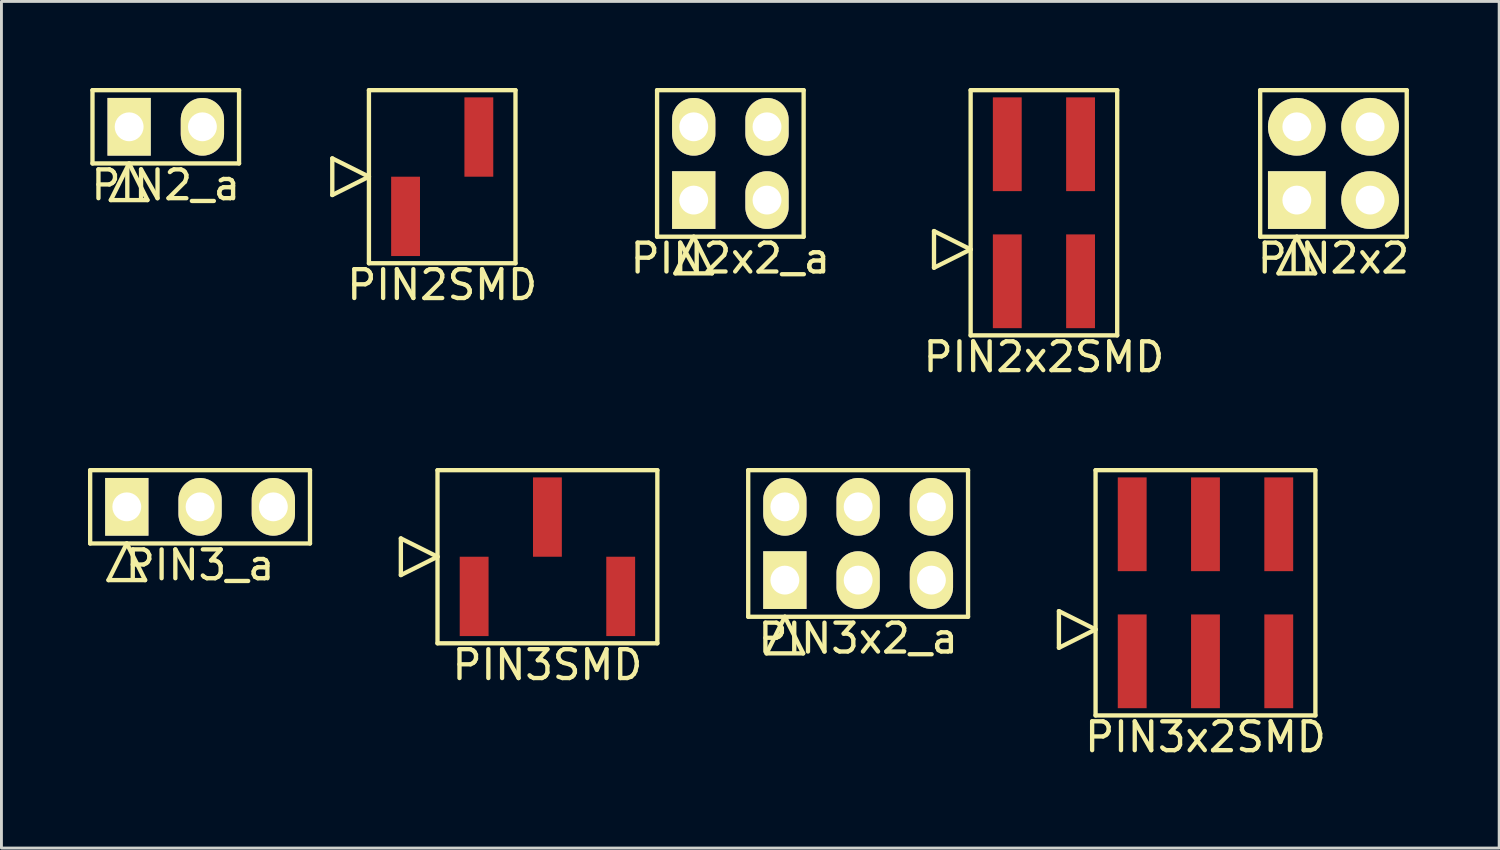
<source format=kicad_pcb>
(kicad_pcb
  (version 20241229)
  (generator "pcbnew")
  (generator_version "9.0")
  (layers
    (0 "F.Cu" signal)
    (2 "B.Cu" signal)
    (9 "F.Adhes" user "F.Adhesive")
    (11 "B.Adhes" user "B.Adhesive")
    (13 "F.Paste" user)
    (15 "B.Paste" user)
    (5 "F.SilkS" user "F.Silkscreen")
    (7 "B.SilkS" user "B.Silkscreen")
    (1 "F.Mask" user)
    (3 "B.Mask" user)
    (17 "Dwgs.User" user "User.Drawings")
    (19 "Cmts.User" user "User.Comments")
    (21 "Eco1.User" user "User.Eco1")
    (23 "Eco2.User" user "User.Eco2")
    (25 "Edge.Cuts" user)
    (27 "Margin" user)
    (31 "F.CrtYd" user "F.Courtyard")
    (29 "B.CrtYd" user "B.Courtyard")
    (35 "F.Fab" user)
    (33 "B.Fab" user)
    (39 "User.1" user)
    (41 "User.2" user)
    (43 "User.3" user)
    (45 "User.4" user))
  (footprint "PIN2_a"
    (layer "F.Cu")
    (at 2.696 1.345)
    (property "Reference" "PIN2_a" (at 0 2.02 0) (layer "F.SilkS") (effects (font (size 1 1) (thickness 0.15))))
    (attr through_hole)
    (fp_line (start -2.54 -1.27) (end -2.54 1.27) (stroke (width 0.15) (type solid)) (layer "F.SilkS"))
    (fp_line (start -2.54 1.27) (end 2.54 1.27) (stroke (width 0.15) (type solid)) (layer "F.SilkS"))
    (fp_line (start -1.905 2.54) (end -1.27 1.27) (stroke (width 0.15) (type solid)) (layer "F.SilkS"))
    (fp_line (start -1.905 2.54) (end -0.635 2.54) (stroke (width 0.15) (type solid)) (layer "F.SilkS"))
    (fp_line (start -0.635 2.54) (end -1.27 1.27) (stroke (width 0.15) (type solid)) (layer "F.SilkS"))
    (fp_line (start 2.54 -1.27) (end -2.54 -1.27) (stroke (width 0.15) (type solid)) (layer "F.SilkS"))
    (fp_line (start 2.54 1.27) (end 2.54 -1.27) (stroke (width 0.15) (type solid)) (layer "F.SilkS"))
    (pad "1" thru_hole rect (at -1.27 0) (size 1.5 2) (drill 1) (layers "*.Cu" "*.Mask" "F.SilkS"))
    (pad "2" thru_hole oval (at 1.27 0) (size 1.5 2) (drill 1) (layers "*.Cu" "*.Mask" "F.SilkS")))
  (footprint "PIN2SMD"
    (layer "F.Cu")
    (at 12.278 3.075)
    (property "Reference" "PIN2SMD" (at 0 3.75 0) (layer "F.SilkS") (effects (font (size 1 1) (thickness 0.15))))
    (attr through_hole)
    (fp_line (start -3.81 0.635) (end -3.81 -0.635) (stroke (width 0.15) (type solid)) (layer "F.SilkS"))
    (fp_line (start -2.54 -3) (end -2.54 3) (stroke (width 0.15) (type solid)) (layer "F.SilkS"))
    (fp_line (start -2.54 0) (end -3.81 -0.635) (stroke (width 0.15) (type solid)) (layer "F.SilkS"))
    (fp_line (start -2.54 0) (end -3.81 0.635) (stroke (width 0.15) (type solid)) (layer "F.SilkS"))
    (fp_line (start -2.54 3) (end 2.54 3) (stroke (width 0.15) (type solid)) (layer "F.SilkS"))
    (fp_line (start 2.54 -3) (end -2.54 -3) (stroke (width 0.15) (type solid)) (layer "F.SilkS"))
    (fp_line (start 2.54 3) (end 2.54 -3) (stroke (width 0.15) (type solid)) (layer "F.SilkS"))
    (pad "1" smd rect (at -1.27 1.375) (size 1 2.75) (layers "F.Cu" "F.Mask" "F.Paste"))
    (pad "2" smd rect (at 1.27 -1.375) (size 1 2.75) (layers "F.Cu" "F.Mask" "F.Paste")))
  (footprint "PIN3_a"
    (layer "F.Cu")
    (at 3.885 14.518)
    (property "Reference" "PIN3_a" (at 0 2.02 0) (layer "F.SilkS") (effects (font (size 1 1) (thickness 0.15))))
    (attr through_hole)
    (fp_line (start -3.81 -1.27) (end -3.81 1.27) (stroke (width 0.15) (type solid)) (layer "F.SilkS"))
    (fp_line (start -3.81 1.27) (end 3.81 1.27) (stroke (width 0.15) (type solid)) (layer "F.SilkS"))
    (fp_line (start -3.175 2.54) (end -2.54 1.27) (stroke (width 0.15) (type solid)) (layer "F.SilkS"))
    (fp_line (start -3.175 2.54) (end -1.905 2.54) (stroke (width 0.15) (type solid)) (layer "F.SilkS"))
    (fp_line (start -1.905 2.54) (end -2.54 1.27) (stroke (width 0.15) (type solid)) (layer "F.SilkS"))
    (fp_line (start 3.81 -1.27) (end -3.81 -1.27) (stroke (width 0.15) (type solid)) (layer "F.SilkS"))
    (fp_line (start 3.81 1.27) (end 3.81 -1.27) (stroke (width 0.15) (type solid)) (layer "F.SilkS"))
    (pad "1" thru_hole rect (at -2.54 0) (size 1.5 2) (drill 1) (layers "*.Cu" "*.Mask" "F.SilkS"))
    (pad "2" thru_hole oval (at 0 0) (size 1.5 2) (drill 1) (layers "*.Cu" "*.Mask" "F.SilkS"))
    (pad "3" thru_hole oval (at 2.54 0) (size 1.5 2) (drill 1) (layers "*.Cu" "*.Mask" "F.SilkS")))
  (footprint "PIN2x2SMD"
    (layer "F.Cu")
    (at 33.135 4.325)
    (property "Reference" "PIN2x2SMD" (at 0 5 0) (layer "F.SilkS") (effects (font (size 1 1) (thickness 0.15))))
    (attr through_hole)
    (fp_line (start -3.81 1.905) (end -3.81 0.635) (stroke (width 0.15) (type solid)) (layer "F.SilkS"))
    (fp_line (start -2.54 -4.25) (end -2.54 4.25) (stroke (width 0.15) (type solid)) (layer "F.SilkS"))
    (fp_line (start -2.54 1.27) (end -3.81 0.635) (stroke (width 0.15) (type solid)) (layer "F.SilkS"))
    (fp_line (start -2.54 1.27) (end -3.81 1.905) (stroke (width 0.15) (type solid)) (layer "F.SilkS"))
    (fp_line (start -2.54 4.25) (end 2.54 4.25) (stroke (width 0.15) (type solid)) (layer "F.SilkS"))
    (fp_line (start 2.54 -4.25) (end -2.54 -4.25) (stroke (width 0.15) (type solid)) (layer "F.SilkS"))
    (fp_line (start 2.54 4.25) (end 2.54 -4.25) (stroke (width 0.15) (type solid)) (layer "F.SilkS"))
    (pad "1" smd rect (at -1.27 2.375) (size 1 3.25) (layers "F.Cu" "F.Mask" "F.Paste"))
    (pad "2" smd rect (at -1.27 -2.375) (size 1 3.25) (layers "F.Cu" "F.Mask" "F.Paste"))
    (pad "3" smd rect (at 1.27 2.375) (size 1 3.25) (layers "F.Cu" "F.Mask" "F.Paste"))
    (pad "4" smd rect (at 1.27 -2.375) (size 1 3.25) (layers "F.Cu" "F.Mask" "F.Paste")))
  (footprint "PIN2x2"
    (layer "F.Cu")
    (at 43.171 2.615)
    (property "Reference" "PIN2x2" (at 0 3.29 0) (layer "F.SilkS") (effects (font (size 1 1) (thickness 0.15))))
    (attr through_hole)
    (fp_line (start -2.54 -2.54) (end -2.54 2.54) (stroke (width 0.15) (type solid)) (layer "F.SilkS"))
    (fp_line (start -2.54 2.54) (end 2.54 2.54) (stroke (width 0.15) (type solid)) (layer "F.SilkS"))
    (fp_line (start -1.905 3.81) (end -1.27 2.54) (stroke (width 0.15) (type solid)) (layer "F.SilkS"))
    (fp_line (start -1.905 3.81) (end -0.635 3.81) (stroke (width 0.15) (type solid)) (layer "F.SilkS"))
    (fp_line (start -0.635 3.81) (end -1.27 2.54) (stroke (width 0.15) (type solid)) (layer "F.SilkS"))
    (fp_line (start 2.54 -2.54) (end -2.54 -2.54) (stroke (width 0.15) (type solid)) (layer "F.SilkS"))
    (fp_line (start 2.54 2.54) (end 2.54 -2.54) (stroke (width 0.15) (type solid)) (layer "F.SilkS"))
    (pad "1" thru_hole rect (at -1.27 1.27) (size 2 2) (drill 1) (layers "*.Cu" "*.Mask" "F.SilkS"))
    (pad "2" thru_hole oval (at -1.27 -1.27) (size 2 2) (drill 1) (layers "*.Cu" "*.Mask" "F.SilkS"))
    (pad "3" thru_hole oval (at 1.27 1.27) (size 2 2) (drill 1) (layers "*.Cu" "*.Mask" "F.SilkS"))
    (pad "4" thru_hole oval (at 1.27 -1.27) (size 2 2) (drill 1) (layers "*.Cu" "*.Mask" "F.SilkS")))
  (footprint "PIN3SMD"
    (layer "F.Cu")
    (at 15.925 16.248)
    (property "Reference" "PIN3SMD" (at 0 3.75 0) (layer "F.SilkS") (effects (font (size 1 1) (thickness 0.15))))
    (attr through_hole)
    (fp_line (start -5.08 0.635) (end -5.08 -0.635) (stroke (width 0.15) (type solid)) (layer "F.SilkS"))
    (fp_line (start -3.81 -3) (end -3.81 3) (stroke (width 0.15) (type solid)) (layer "F.SilkS"))
    (fp_line (start -3.81 0) (end -5.08 -0.635) (stroke (width 0.15) (type solid)) (layer "F.SilkS"))
    (fp_line (start -3.81 0) (end -5.08 0.635) (stroke (width 0.15) (type solid)) (layer "F.SilkS"))
    (fp_line (start -3.81 3) (end 3.81 3) (stroke (width 0.15) (type solid)) (layer "F.SilkS"))
    (fp_line (start 3.81 -3) (end -3.81 -3) (stroke (width 0.15) (type solid)) (layer "F.SilkS"))
    (fp_line (start 3.81 3) (end 3.81 -3) (stroke (width 0.15) (type solid)) (layer "F.SilkS"))
    (pad "1" smd rect (at -2.54 1.375) (size 1 2.75) (layers "F.Cu" "F.Mask" "F.Paste"))
    (pad "2" smd rect (at 0 -1.375) (size 1 2.75) (layers "F.Cu" "F.Mask" "F.Paste"))
    (pad "3" smd rect (at 2.54 1.375) (size 1 2.75) (layers "F.Cu" "F.Mask" "F.Paste")))
  (footprint "PIN3x2_a"
    (layer "F.Cu")
    (at 26.695 15.788)
    (property "Reference" "PIN3x2_a" (at 0 3.29 0) (layer "F.SilkS") (effects (font (size 1 1) (thickness 0.15))))
    (attr through_hole)
    (fp_line (start -3.81 -2.54) (end -3.81 2.54) (stroke (width 0.15) (type solid)) (layer "F.SilkS"))
    (fp_line (start -3.81 2.54) (end 3.81 2.54) (stroke (width 0.15) (type solid)) (layer "F.SilkS"))
    (fp_line (start -3.175 3.81) (end -2.54 2.54) (stroke (width 0.15) (type solid)) (layer "F.SilkS"))
    (fp_line (start -3.175 3.81) (end -1.905 3.81) (stroke (width 0.15) (type solid)) (layer "F.SilkS"))
    (fp_line (start -1.905 3.81) (end -2.54 2.54) (stroke (width 0.15) (type solid)) (layer "F.SilkS"))
    (fp_line (start 3.81 -2.54) (end -3.81 -2.54) (stroke (width 0.15) (type solid)) (layer "F.SilkS"))
    (fp_line (start 3.81 2.54) (end 3.81 -2.54) (stroke (width 0.15) (type solid)) (layer "F.SilkS"))
    (pad "1" thru_hole rect (at -2.54 1.27) (size 1.5 2) (drill 1) (layers "*.Cu" "*.Mask" "F.SilkS"))
    (pad "2" thru_hole oval (at -2.54 -1.27) (size 1.5 2) (drill 1) (layers "*.Cu" "*.Mask" "F.SilkS"))
    (pad "3" thru_hole oval (at 0 1.27) (size 1.5 2) (drill 1) (layers "*.Cu" "*.Mask" "F.SilkS"))
    (pad "4" thru_hole oval (at 0 -1.27) (size 1.5 2) (drill 1) (layers "*.Cu" "*.Mask" "F.SilkS"))
    (pad "5" thru_hole oval (at 2.54 1.27) (size 1.5 2) (drill 1) (layers "*.Cu" "*.Mask" "F.SilkS"))
    (pad "6" thru_hole oval (at 2.54 -1.27) (size 1.5 2) (drill 1) (layers "*.Cu" "*.Mask" "F.SilkS")))
  (footprint "PIN3x2SMD"
    (layer "F.Cu")
    (at 38.735 17.498)
    (property "Reference" "PIN3x2SMD" (at 0 5 0) (layer "F.SilkS") (effects (font (size 1 1) (thickness 0.15))))
    (attr through_hole)
    (fp_line (start -5.08 1.905) (end -5.08 0.635) (stroke (width 0.15) (type solid)) (layer "F.SilkS"))
    (fp_line (start -3.81 -4.25) (end -3.81 4.25) (stroke (width 0.15) (type solid)) (layer "F.SilkS"))
    (fp_line (start -3.81 1.27) (end -5.08 0.635) (stroke (width 0.15) (type solid)) (layer "F.SilkS"))
    (fp_line (start -3.81 1.27) (end -5.08 1.905) (stroke (width 0.15) (type solid)) (layer "F.SilkS"))
    (fp_line (start -3.81 4.25) (end 3.81 4.25) (stroke (width 0.15) (type solid)) (layer "F.SilkS"))
    (fp_line (start 3.81 -4.25) (end -3.81 -4.25) (stroke (width 0.15) (type solid)) (layer "F.SilkS"))
    (fp_line (start 3.81 4.25) (end 3.81 -4.25) (stroke (width 0.15) (type solid)) (layer "F.SilkS"))
    (pad "1" smd rect (at -2.54 2.375) (size 1 3.25) (layers "F.Cu" "F.Mask" "F.Paste"))
    (pad "2" smd rect (at -2.54 -2.375) (size 1 3.25) (layers "F.Cu" "F.Mask" "F.Paste"))
    (pad "3" smd rect (at 0 2.375) (size 1 3.25) (layers "F.Cu" "F.Mask" "F.Paste"))
    (pad "4" smd rect (at 0 -2.375) (size 1 3.25) (layers "F.Cu" "F.Mask" "F.Paste"))
    (pad "5" smd rect (at 2.54 2.375) (size 1 3.25) (layers "F.Cu" "F.Mask" "F.Paste"))
    (pad "6" smd rect (at 2.54 -2.375) (size 1 3.25) (layers "F.Cu" "F.Mask" "F.Paste")))
  (footprint "PIN2x2_a"
    (layer "F.Cu")
    (at 22.266 2.615)
    (property "Reference" "PIN2x2_a" (at 0 3.29 0) (layer "F.SilkS") (effects (font (size 1 1) (thickness 0.15))))
    (attr through_hole)
    (fp_line (start -2.54 -2.54) (end -2.54 2.54) (stroke (width 0.15) (type solid)) (layer "F.SilkS"))
    (fp_line (start -2.54 2.54) (end 2.54 2.54) (stroke (width 0.15) (type solid)) (layer "F.SilkS"))
    (fp_line (start -1.905 3.81) (end -1.27 2.54) (stroke (width 0.15) (type solid)) (layer "F.SilkS"))
    (fp_line (start -1.905 3.81) (end -0.635 3.81) (stroke (width 0.15) (type solid)) (layer "F.SilkS"))
    (fp_line (start -0.635 3.81) (end -1.27 2.54) (stroke (width 0.15) (type solid)) (layer "F.SilkS"))
    (fp_line (start 2.54 -2.54) (end -2.54 -2.54) (stroke (width 0.15) (type solid)) (layer "F.SilkS"))
    (fp_line (start 2.54 2.54) (end 2.54 -2.54) (stroke (width 0.15) (type solid)) (layer "F.SilkS"))
    (pad "1" thru_hole rect (at -1.27 1.27) (size 1.5 2) (drill 1) (layers "*.Cu" "*.Mask" "F.SilkS"))
    (pad "2" thru_hole oval (at -1.27 -1.27) (size 1.5 2) (drill 1) (layers "*.Cu" "*.Mask" "F.SilkS"))
    (pad "3" thru_hole oval (at 1.27 1.27) (size 1.5 2) (drill 1) (layers "*.Cu" "*.Mask" "F.SilkS"))
    (pad "4" thru_hole oval (at 1.27 -1.27) (size 1.5 2) (drill 1) (layers "*.Cu" "*.Mask" "F.SilkS")))
  (gr_rect
    (start -3 -3)
    (end 48.915 26.346)
    (stroke (width 0.1) (type default))
    (fill no)
    (layer "Edge.Cuts")))
</source>
